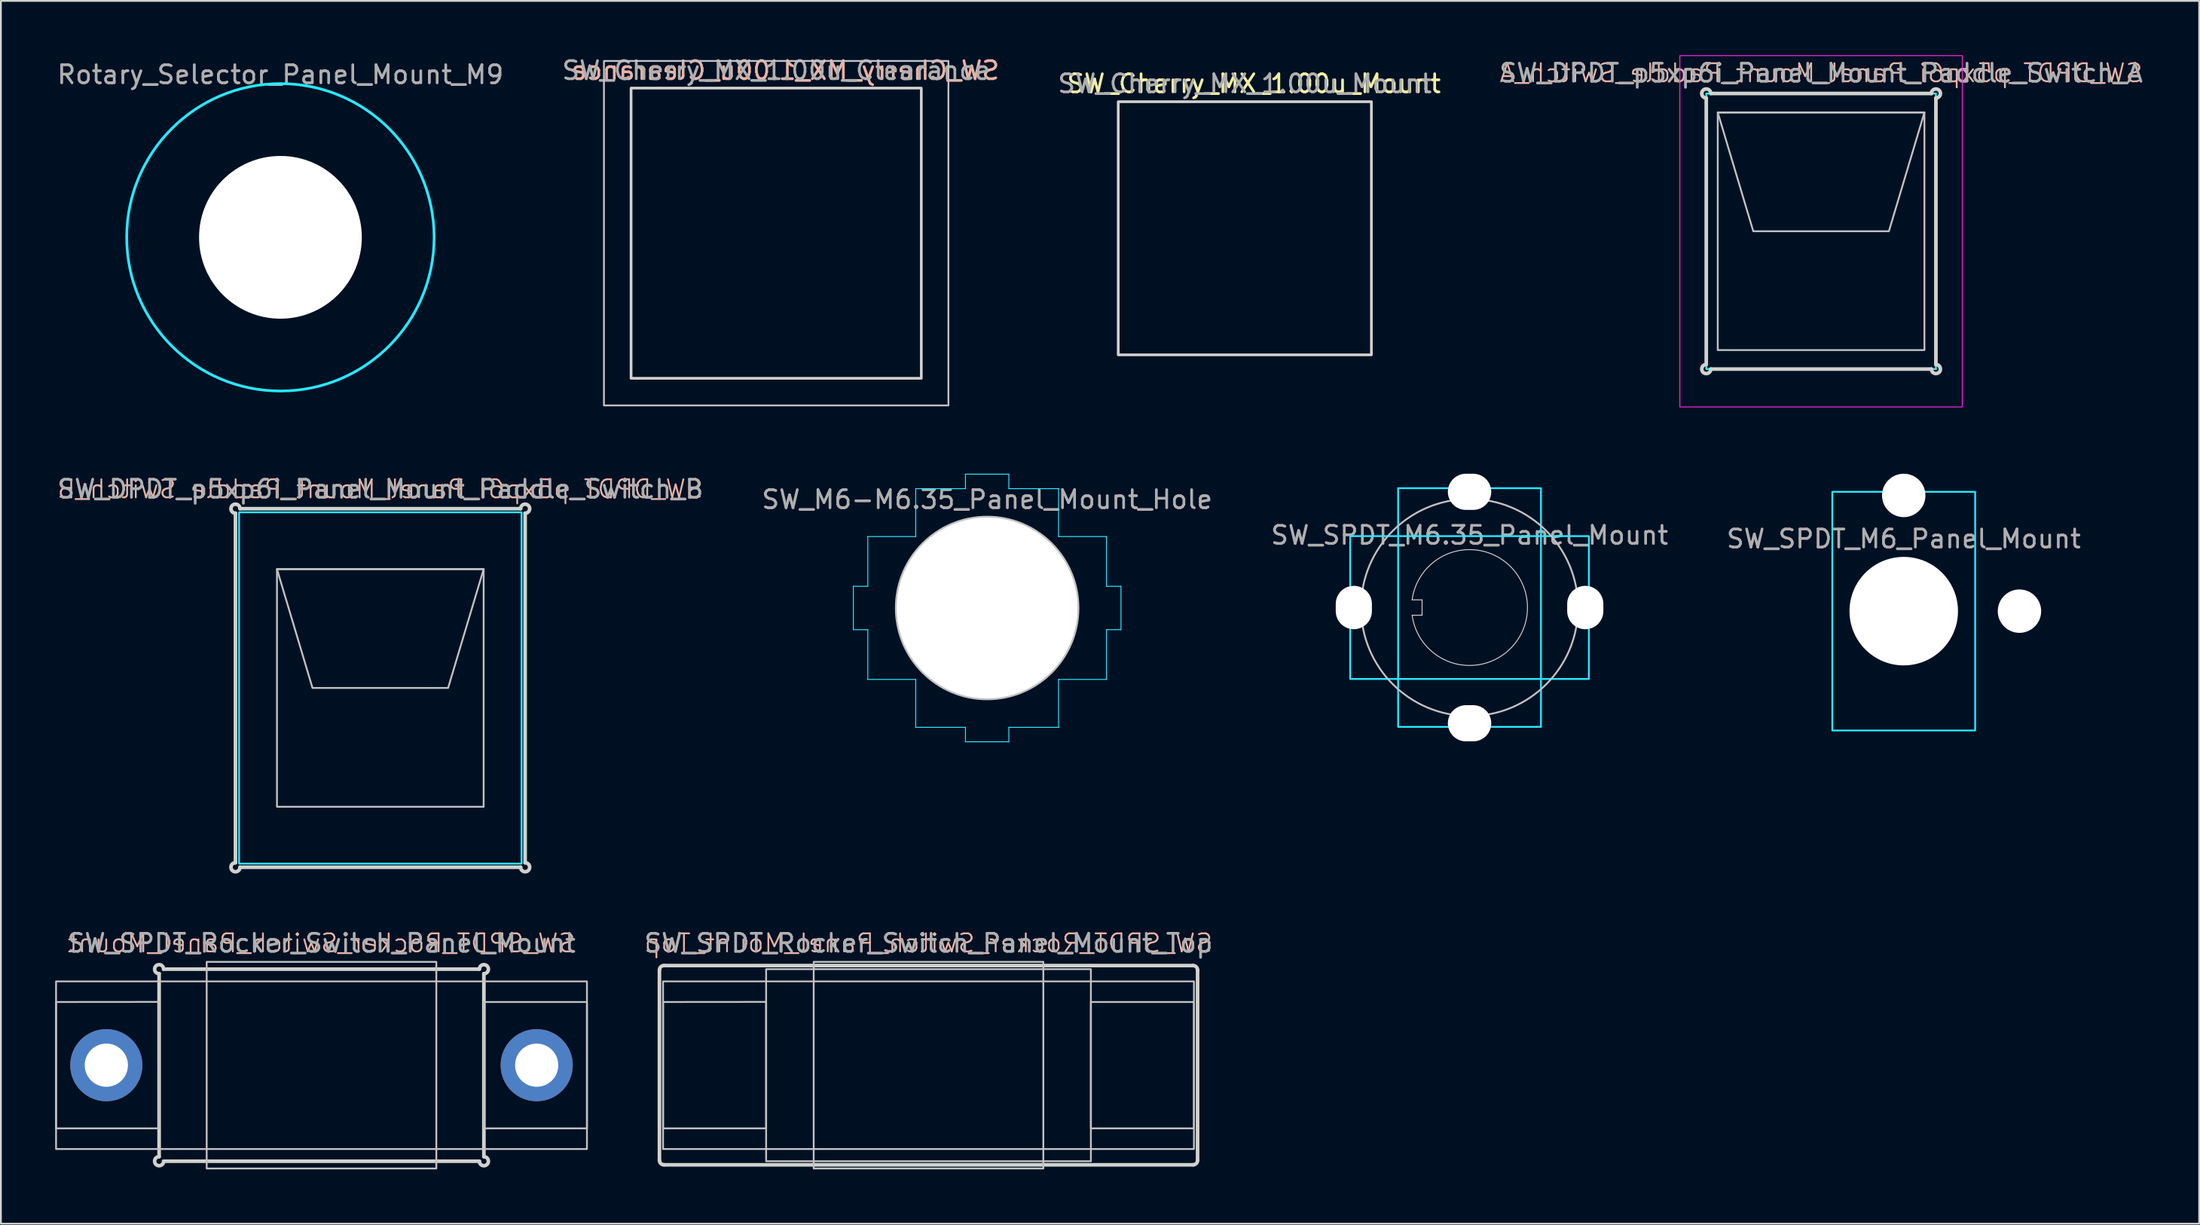
<source format=kicad_pcb>
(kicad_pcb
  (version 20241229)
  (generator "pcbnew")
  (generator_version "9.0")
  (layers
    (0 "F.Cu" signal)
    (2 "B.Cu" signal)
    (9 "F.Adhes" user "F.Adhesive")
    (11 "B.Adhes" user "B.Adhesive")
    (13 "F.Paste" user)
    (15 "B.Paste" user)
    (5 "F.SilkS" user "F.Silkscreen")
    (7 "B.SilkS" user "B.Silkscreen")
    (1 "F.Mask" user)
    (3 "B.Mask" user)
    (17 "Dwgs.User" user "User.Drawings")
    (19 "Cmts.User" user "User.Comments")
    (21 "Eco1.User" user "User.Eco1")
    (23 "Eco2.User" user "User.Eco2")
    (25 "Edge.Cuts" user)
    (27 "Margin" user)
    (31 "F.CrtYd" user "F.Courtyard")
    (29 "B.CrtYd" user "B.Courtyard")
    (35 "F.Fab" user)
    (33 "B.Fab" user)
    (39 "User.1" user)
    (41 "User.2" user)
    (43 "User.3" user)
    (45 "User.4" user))
  (footprint "SW_DPDT_p5xp6i_Panel_Mount_Paddle_Switch_A"
    (layer "F.Cu")
    (at 97.661 9.74)
    (property "Reference" "SW_DPDT_p5xp6i_Panel_Mount_Paddle_Switch_A" (at 0 -8.75 0) (unlocked yes) (layer "B.SilkS") (effects (font (size 1 1) (thickness 0.1)) (justify mirror)))
    (attr through_hole)
    (fp_rect (start -5.715 -6.572) (end 5.715 6.572) (stroke (width 0.1) (type solid)) (fill no) (layer "Dwgs.User"))
    (fp_poly (pts (xy -3.75 0) (xy -5.715 -6.572) (xy 5.715 -6.572) (xy 3.75 0)) (stroke (width 0.1) (type solid)) (fill no) (layer "Dwgs.User"))
    (fp_line (start -6.35 -7.37) (end -6.35 7.37) (stroke (width 0.2) (type solid)) (layer "Edge.Cuts"))
    (fp_line (start -6.1 7.62) (end 6.1 7.62) (stroke (width 0.2) (type solid)) (layer "Edge.Cuts"))
    (fp_line (start 6.1 -7.62) (end -6.1 -7.62) (stroke (width 0.2) (type solid)) (layer "Edge.Cuts"))
    (fp_line (start 6.35 7.37) (end 6.35 -7.37) (stroke (width 0.2) (type solid)) (layer "Edge.Cuts"))
    (fp_arc (start -6.35 -7.37) (mid -6.526777 -7.796777) (end -6.1 -7.62) (stroke (width 0.2) (type solid)) (layer "Edge.Cuts"))
    (fp_arc (start -6.1 7.62) (mid -6.526777 7.796777) (end -6.35 7.37) (stroke (width 0.2) (type solid)) (layer "Edge.Cuts"))
    (fp_arc (start 6.1 -7.62) (mid 6.526777 -7.796777) (end 6.35 -7.37) (stroke (width 0.2) (type solid)) (layer "Edge.Cuts"))
    (fp_arc (start 6.35 7.37) (mid 6.526777 7.796777) (end 6.1 7.62) (stroke (width 0.2) (type solid)) (layer "Edge.Cuts"))
    (fp_rect (start -6.35 -7.62) (end 6.35 7.62) (stroke (width 0.1) (type solid)) (fill no) (layer "B.CrtYd"))
    (fp_rect (start -7.81 -9.715) (end 7.81 9.715) (stroke (width 0.05) (type solid)) (fill no) (layer "F.CrtYd"))
    (fp_text user "${REFERENCE}" (at 0 -8.75 0) (unlocked yes) (layer "F.Fab") (effects (font (size 1 1) (thickness 0.15)))))
  (footprint "SW_SPDT_Rocker_Switch_Panel_Mount"
    (layer "F.Cu")
    (at 14.73 55.861)
    (property "Reference" "SW_SPDT_Rocker_Switch_Panel_Mount" (at 0 -6.75 0) (unlocked yes) (layer "B.SilkS") (effects (font (size 1 1) (thickness 0.1)) (justify mirror)))
    (attr exclude_from_pos_files exclude_from_bom)
    (fp_rect (start -14.68 -4.635) (end 14.68 4.635) (stroke (width 0.1) (type solid)) (fill no) (layer "Dwgs.User"))
    (fp_rect (start -6.35 -5.715) (end 6.35 5.715) (stroke (width 0.1) (type solid)) (fill no) (layer "Dwgs.User"))
    (fp_poly (pts (xy -8.98 -3.5) (xy -14.68 -3.495) (xy -14.68 3.495) (xy -8.98 3.495)) (stroke (width 0.1) (type solid)) (fill no) (layer "Dwgs.User"))
    (fp_poly (pts (xy 8.98 -3.495) (xy 14.68 -3.495) (xy 14.68 3.495) (xy 8.98 3.495)) (stroke (width 0.1) (type solid)) (fill no) (layer "Dwgs.User"))
    (fp_line (start -8.98 -5.06) (end -8.98 5.06) (stroke (width 0.2) (type solid)) (layer "Edge.Cuts"))
    (fp_line (start -8.73 5.31) (end 8.73 5.31) (stroke (width 0.2) (type solid)) (layer "Edge.Cuts"))
    (fp_line (start 8.73 -5.31) (end -8.73 -5.31) (stroke (width 0.2) (type solid)) (layer "Edge.Cuts"))
    (fp_line (start 8.98 5.06) (end 8.98 -5.06) (stroke (width 0.2) (type solid)) (layer "Edge.Cuts"))
    (fp_arc (start -8.98 -5.06) (mid -9.156777 -5.486777) (end -8.73 -5.31) (stroke (width 0.2) (type solid)) (layer "Edge.Cuts"))
    (fp_arc (start -8.73 5.31) (mid -9.156777 5.486777) (end -8.98 5.06) (stroke (width 0.2) (type solid)) (layer "Edge.Cuts"))
    (fp_arc (start 8.73 -5.31) (mid 9.156777 -5.486777) (end 8.98 -5.06) (stroke (width 0.2) (type solid)) (layer "Edge.Cuts"))
    (fp_arc (start 8.98 5.06) (mid 9.156777 5.486777) (end 8.73 5.31) (stroke (width 0.2) (type solid)) (layer "Edge.Cuts"))
    (fp_text user "${REFERENCE}" (at 0 -6.75 0) (unlocked yes) (layer "F.Fab") (effects (font (size 1 1) (thickness 0.15))))
    (pad "" thru_hole circle (at -11.9 0) (size 3.99 3.99) (drill 2.39) (layers "*.Cu" "*.Mask"))
    (pad "" thru_hole circle (at 11.9 0) (size 3.99 3.99) (drill 2.39) (layers "*.Cu" "*.Mask")))
  (footprint "SW_SPDT_M6.35_Panel_Mount"
    (layer "F.Cu")
    (at 78.22 30.55)
    (property "Reference" "SW_SPDT_M6.35_Panel_Mount" (at 0 -4 0) (unlocked yes) (layer "F.SilkS") (effects (font (size 1 1) (thickness 0.1))))
    (attr through_hole)
    (fp_circle (center 0 0) (end 6 0) (stroke (width 0.1) (type default)) (fill no) (layer "Dwgs.User"))
    (fp_line (start -3.175 -0.425) (end -2.625 -0.425) (stroke (width 0.05) (type solid)) (layer "Edge.Cuts"))
    (fp_line (start -3.175 0.425) (end -2.625 0.425) (stroke (width 0.05) (type solid)) (layer "Edge.Cuts"))
    (fp_line (start -2.625 -0.425) (end -2.625 0.425) (stroke (width 0.05) (type solid)) (layer "Edge.Cuts"))
    (fp_arc (start -3.175 -0.425) (mid 3.203319 0) (end -3.175 0.425) (stroke (width 0.05) (type solid)) (layer "Edge.Cuts"))
    (fp_rect (start -6.6 -3.95) (end 6.6 3.95) (stroke (width 0.1) (type default)) (fill no) (layer "B.CrtYd"))
    (fp_rect (start -3.95 -6.6) (end 3.95 6.6) (stroke (width 0.1) (type default)) (fill no) (layer "B.CrtYd"))
    (fp_text user "${REFERENCE}" (at 0 -4 0) (unlocked yes) (layer "F.Fab") (effects (font (size 1 1) (thickness 0.15))))
    (pad "" np_thru_hole oval (at -6.4 0) (size 2 2.4) (drill oval 2 2.4) (layers "*.Cu" "*.Mask"))
    (pad "" np_thru_hole oval (at 0 -6.4) (size 2.4 2) (drill oval 2.4 2) (layers "*.Cu" "*.Mask"))
    (pad "" np_thru_hole oval (at 0 6.401) (size 2.4 2) (drill oval 2.4 2) (layers "*.Cu" "*.Mask"))
    (pad "" np_thru_hole oval (at 6.4 0) (size 2 2.4) (drill oval 2 2.4) (layers "*.Cu" "*.Mask")))
  (footprint "SW_Cherry_MX_1.00u_Clearance"
    (layer "F.Cu")
    (at 39.875 9.848)
    (property "Reference" "SW_Cherry_MX_1.00u_Clearance" (at 0.5 -9 0) (layer "B.SilkS") (effects (font (size 1 1) (thickness 0.15)) (justify mirror)))
    (attr through_hole)
    (fp_rect (start -9.525 -9.525) (end 9.525 9.525) (stroke (width 0.1) (type default)) (fill no) (layer "Dwgs.User"))
    (fp_rect (start -8.025 -8.025) (end 8.025 8.025) (stroke (width 0.15) (type solid)) (fill no) (layer "Edge.Cuts"))
    (fp_text user "${REFERENCE}" (at 0 -9 0) (layer "F.Fab") (effects (font (size 1 1) (thickness 0.15)))))
  (footprint "SW_SPDT_Rocker_Switch_Panel_Mount_Top"
    (layer "F.Cu")
    (at 48.299 55.861)
    (property "Reference" "SW_SPDT_Rocker_Switch_Panel_Mount_Top" (at 0 -6.75 0) (unlocked yes) (layer "B.SilkS") (effects (font (size 1 1) (thickness 0.1)) (justify mirror)))
    (attr exclude_from_pos_files exclude_from_bom)
    (fp_rect (start -14.68 -4.635) (end 14.68 4.635) (stroke (width 0.1) (type solid)) (fill no) (layer "Dwgs.User"))
    (fp_rect (start -8.98 -5.31) (end 8.98 5.31) (stroke (width 0.1) (type default)) (fill no) (layer "Dwgs.User"))
    (fp_rect (start -6.35 -5.715) (end 6.35 5.715) (stroke (width 0.1) (type solid)) (fill no) (layer "Dwgs.User"))
    (fp_poly (pts (xy -8.98 -3.5) (xy -14.68 -3.495) (xy -14.68 3.495) (xy -8.98 3.495)) (stroke (width 0.1) (type solid)) (fill no) (layer "Dwgs.User"))
    (fp_poly (pts (xy 8.98 -3.495) (xy 14.68 -3.495) (xy 14.68 3.495) (xy 8.98 3.495)) (stroke (width 0.1) (type solid)) (fill no) (layer "Dwgs.User"))
    (fp_line (start -14.88 5.26) (end -14.88 -5.26) (stroke (width 0.2) (type solid)) (layer "Edge.Cuts"))
    (fp_line (start -14.63 -5.51) (end 14.63 -5.51) (stroke (width 0.2) (type solid)) (layer "Edge.Cuts"))
    (fp_line (start 14.63 5.51) (end -14.63 5.51) (stroke (width 0.2) (type solid)) (layer "Edge.Cuts"))
    (fp_line (start 14.88 -5.26) (end 14.88 5.26) (stroke (width 0.2) (type solid)) (layer "Edge.Cuts"))
    (fp_arc (start -14.88 -5.26) (mid -14.806777 -5.436777) (end -14.63 -5.51) (stroke (width 0.2) (type solid)) (layer "Edge.Cuts"))
    (fp_arc (start -14.63 5.51) (mid -14.806777 5.436777) (end -14.88 5.26) (stroke (width 0.2) (type solid)) (layer "Edge.Cuts"))
    (fp_arc (start 14.63 -5.51) (mid 14.806777 -5.436777) (end 14.88 -5.26) (stroke (width 0.2) (type solid)) (layer "Edge.Cuts"))
    (fp_arc (start 14.88 5.26) (mid 14.806777 5.436777) (end 14.63 5.51) (stroke (width 0.2) (type solid)) (layer "Edge.Cuts"))
    (fp_text user "${REFERENCE}" (at 0 -6.75 0) (unlocked yes) (layer "F.Fab") (effects (font (size 1 1) (thickness 0.15)))))
  (footprint "SW_Cherry_MX_1.00u_Mount"
    (layer "F.Cu")
    (at 65.792 9.575)
    (property "Reference" "SW_Cherry_MX_1.00u_Mount" (at 0.5 -8 0) (layer "F.SilkS") (effects (font (size 1 1) (thickness 0.15))))
    (attr through_hole)
    (fp_rect (start -7 -7) (end 7 7) (stroke (width 0.15) (type default)) (fill no) (layer "Edge.Cuts"))
    (fp_rect (start -9.525 -9.525) (end 9.525 9.525) (stroke (width 0.1) (type default)) (fill no) (layer "Margin"))
    (fp_text user "${REFERENCE}" (at 0 -8 0) (layer "F.Fab") (effects (font (size 1 1) (thickness 0.15)))))
  (footprint "SW_SPDT_M6_Panel_Mount"
    (layer "F.Cu")
    (at 102.232 30.75)
    (property "Reference" "SW_SPDT_M6_Panel_Mount" (at 0 -4 0) (unlocked yes) (layer "F.SilkS") (effects (font (size 1 1) (thickness 0.1))))
    (attr through_hole)
    (fp_circle (center 0 0) (end 7.2 0) (stroke (width 0.1) (type default)) (fill no) (layer "Margin"))
    (fp_rect (start -3.95 -6.6) (end 3.95 6.6) (stroke (width 0.1) (type default)) (fill no) (layer "B.CrtYd"))
    (fp_text user "${REFERENCE}" (at 0 -4 0) (unlocked yes) (layer "F.Fab") (effects (font (size 1 1) (thickness 0.15))))
    (pad "" np_thru_hole circle (at 0 -6.4) (size 2.4 2.4) (drill 2.4) (layers "*.Cu" "*.Mask"))
    (pad "" np_thru_hole circle (at 0 0) (size 6 6) (drill 6) (layers "*.Cu" "*.Mask"))
    (pad "" np_thru_hole circle (at 6.4 0) (size 2.4 2.4) (drill 2.4) (layers "*.Cu" "*.Mask")))
  (footprint "SW_DPDT_p5xp6i_Panel_Mount_Paddle_Switch_B"
    (layer "F.Cu")
    (at 17.982 34.998)
    (property "Reference" "SW_DPDT_p5xp6i_Panel_Mount_Paddle_Switch_B" (at 0 -11 0) (unlocked yes) (layer "B.SilkS") (effects (font (size 1 1) (thickness 0.1)) (justify mirror)))
    (attr through_hole)
    (fp_rect (start -5.715 -6.572) (end 5.715 6.572) (stroke (width 0.1) (type solid)) (fill no) (layer "Dwgs.User"))
    (fp_poly (pts (xy -3.75 0) (xy -5.715 -6.572) (xy 5.715 -6.572) (xy 3.75 0)) (stroke (width 0.1) (type solid)) (fill no) (layer "Dwgs.User"))
    (fp_line (start -8.01 9.665) (end -8.01 -9.665) (stroke (width 0.2) (type solid)) (layer "Edge.Cuts"))
    (fp_line (start -7.76 -9.915) (end 7.76 -9.915) (stroke (width 0.2) (type solid)) (layer "Edge.Cuts"))
    (fp_line (start 7.76 9.915) (end -7.76 9.915) (stroke (width 0.2) (type solid)) (layer "Edge.Cuts"))
    (fp_line (start 8.01 -9.665) (end 8.01 9.665) (stroke (width 0.2) (type solid)) (layer "Edge.Cuts"))
    (fp_arc (start -8.01 -9.665) (mid -8.186777 -10.091777) (end -7.76 -9.915) (stroke (width 0.2) (type solid)) (layer "Edge.Cuts"))
    (fp_arc (start -7.76 9.915) (mid -8.186777 10.091777) (end -8.01 9.665) (stroke (width 0.2) (type solid)) (layer "Edge.Cuts"))
    (fp_arc (start 7.76 -9.915) (mid 8.186777 -10.091777) (end 8.01 -9.665) (stroke (width 0.2) (type solid)) (layer "Edge.Cuts"))
    (fp_arc (start 8.01 9.665) (mid 8.186777 10.091777) (end 7.76 9.915) (stroke (width 0.2) (type solid)) (layer "Edge.Cuts"))
    (fp_rect (start -7.81 -9.715) (end 7.81 9.715) (stroke (width 0.1) (type solid)) (fill no) (layer "B.CrtYd"))
    (fp_rect (start -7.81 -9.715) (end 7.81 9.715) (stroke (width 0.05) (type solid)) (fill no) (layer "F.CrtYd"))
    (fp_text user "${REFERENCE}" (at 0 -11 0) (unlocked yes) (layer "F.Fab") (effects (font (size 1 1) (thickness 0.15)))))
  (footprint "Rotary_Selector_Panel_Mount_M9"
    (layer "F.Cu")
    (at 12.458 10.075)
    (property "Reference" "Rotary_Selector_Panel_Mount_M9" (at 0 -9 0) (unlocked yes) (layer "F.SilkS") (effects (font (size 1 1) (thickness 0.1))))
    (attr through_hole)
    (fp_circle (center 0 0) (end 10 0) (stroke (width 0.15) (type solid)) (fill no) (layer "Margin"))
    (fp_circle (center 0 0) (end 8.5 0) (stroke (width 0.15) (type default)) (fill no) (layer "B.CrtYd"))
    (fp_text user "${REFERENCE}" (at 0 -9 0) (unlocked yes) (layer "F.Fab") (effects (font (size 1 1) (thickness 0.15))))
    (pad "" np_thru_hole circle (at 0 0) (size 9 9) (drill 9) (layers "*.Cu" "*.Mask")))
  (footprint "SW_M6-M6.35_Panel_Mount_Hole"
    (layer "F.Cu")
    (at 51.542 30.575)
    (property "Reference" "SW_M6-M6.35_Panel_Mount_Hole" (at 0 -6 0) (unlocked yes) (layer "F.SilkS") (effects (font (size 1 1) (thickness 0.1))))
    (attr through_hole)
    (fp_circle (center 0 0) (end 5 0) (stroke (width 0.2) (type solid)) (fill no) (layer "Dwgs.User"))
    (fp_line (start -7.4 -1.2) (end -7.4 1.2) (stroke (width 0.05) (type default)) (layer "B.CrtYd"))
    (fp_line (start -7.4 1.2) (end -6.6 1.2) (stroke (width 0.05) (type default)) (layer "B.CrtYd"))
    (fp_line (start -6.6 -3.95) (end -6.6 -1.2) (stroke (width 0.05) (type default)) (layer "B.CrtYd"))
    (fp_line (start -6.6 -1.2) (end -7.4 -1.2) (stroke (width 0.05) (type default)) (layer "B.CrtYd"))
    (fp_line (start -6.6 1.2) (end -6.6 3.95) (stroke (width 0.05) (type default)) (layer "B.CrtYd"))
    (fp_line (start -6.6 3.95) (end -3.95 3.95) (stroke (width 0.05) (type default)) (layer "B.CrtYd"))
    (fp_line (start -3.95 -6.6) (end -3.95 -3.95) (stroke (width 0.05) (type default)) (layer "B.CrtYd"))
    (fp_line (start -3.95 -3.95) (end -6.6 -3.95) (stroke (width 0.05) (type default)) (layer "B.CrtYd"))
    (fp_line (start -3.95 3.95) (end -3.95 6.6) (stroke (width 0.05) (type default)) (layer "B.CrtYd"))
    (fp_line (start -3.95 6.6) (end -1.2 6.6) (stroke (width 0.05) (type default)) (layer "B.CrtYd"))
    (fp_line (start -1.2 -7.4) (end -1.2 -6.6) (stroke (width 0.05) (type default)) (layer "B.CrtYd"))
    (fp_line (start -1.2 -6.6) (end -3.95 -6.6) (stroke (width 0.05) (type default)) (layer "B.CrtYd"))
    (fp_line (start -1.2 6.6) (end -1.2 7.4) (stroke (width 0.05) (type default)) (layer "B.CrtYd"))
    (fp_line (start -1.2 7.4) (end 1.2 7.4) (stroke (width 0.05) (type default)) (layer "B.CrtYd"))
    (fp_line (start 1.2 -7.4) (end -1.2 -7.4) (stroke (width 0.05) (type default)) (layer "B.CrtYd"))
    (fp_line (start 1.2 -6.6) (end 1.2 -7.4) (stroke (width 0.05) (type default)) (layer "B.CrtYd"))
    (fp_line (start 1.2 6.6) (end 3.95 6.6) (stroke (width 0.05) (type default)) (layer "B.CrtYd"))
    (fp_line (start 1.2 7.4) (end 1.2 6.6) (stroke (width 0.05) (type default)) (layer "B.CrtYd"))
    (fp_line (start 3.95 -6.6) (end 1.2 -6.6) (stroke (width 0.05) (type default)) (layer "B.CrtYd"))
    (fp_line (start 3.95 -3.95) (end 3.95 -6.6) (stroke (width 0.05) (type default)) (layer "B.CrtYd"))
    (fp_line (start 3.95 3.95) (end 6.6 3.95) (stroke (width 0.05) (type default)) (layer "B.CrtYd"))
    (fp_line (start 3.95 6.6) (end 3.95 3.95) (stroke (width 0.05) (type default)) (layer "B.CrtYd"))
    (fp_line (start 6.6 -3.95) (end 3.95 -3.95) (stroke (width 0.05) (type default)) (layer "B.CrtYd"))
    (fp_line (start 6.6 -1.2) (end 6.6 -3.95) (stroke (width 0.05) (type default)) (layer "B.CrtYd"))
    (fp_line (start 6.6 1.2) (end 7.4 1.2) (stroke (width 0.05) (type default)) (layer "B.CrtYd"))
    (fp_line (start 6.6 3.95) (end 6.6 1.2) (stroke (width 0.05) (type default)) (layer "B.CrtYd"))
    (fp_line (start 7.4 -1.2) (end 6.6 -1.2) (stroke (width 0.05) (type default)) (layer "B.CrtYd"))
    (fp_line (start 7.4 1.2) (end 7.4 -1.2) (stroke (width 0.05) (type default)) (layer "B.CrtYd"))
    (fp_text user "${REFERENCE}" (at 0 -6 0) (unlocked yes) (layer "F.Fab") (effects (font (size 1 1) (thickness 0.15))))
    (pad "" np_thru_hole circle (at 0 0) (size 10 10) (drill 10) (layers "*.Cu" "*.Mask")))
  (gr_rect
    (start -3 -3)
    (end 118.571 64.626)
    (stroke (width 0.1) (type default))
    (fill no)
    (layer "Edge.Cuts")))
</source>
